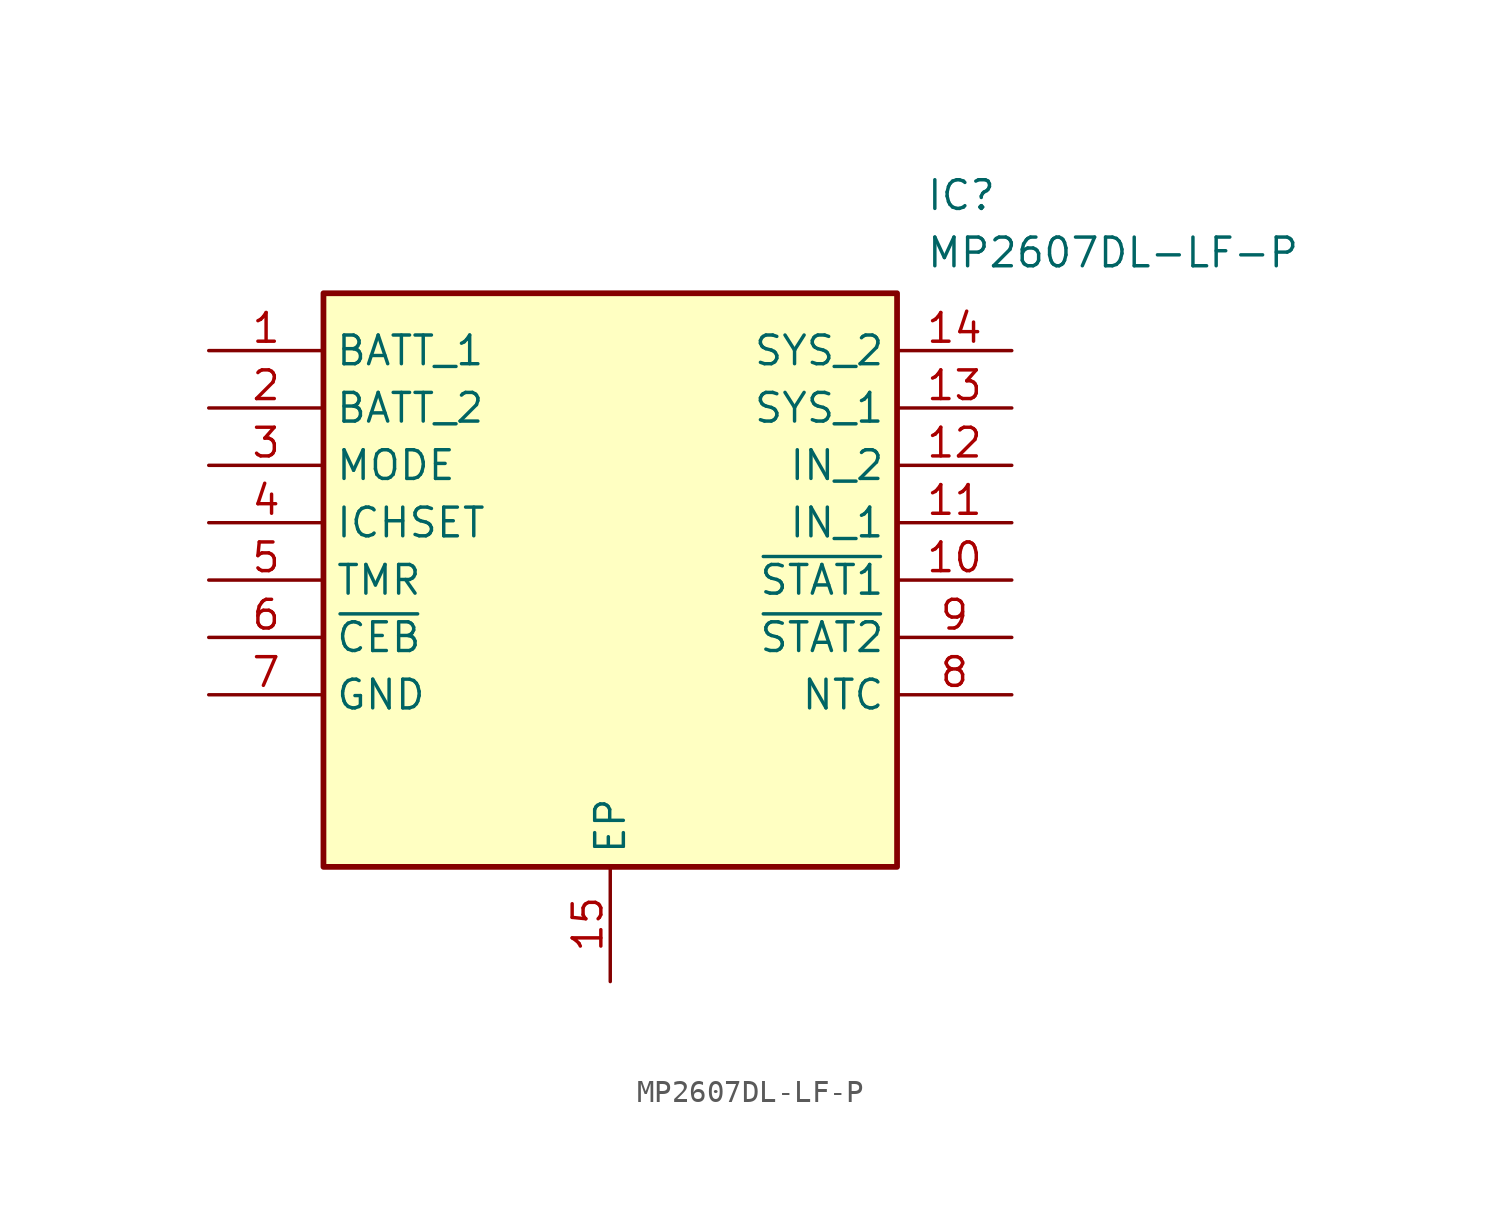
<source format=kicad_sym>
(kicad_symbol_lib
  (version 20211014)
  (generator SamacSys_ECAD_Model)
  (symbol "MP2607DL-LF-P"
    (property "Reference" "IC"
      (at 31.75 7.62 0)
      (effects (font (size 1.27 1.27)) (justify left top)))
    (property "Value" "MP2607DL-LF-P"
      (at 31.75 5.08 0)
      (effects (font (size 1.27 1.27)) (justify left top)))
    (rectangle
      (start 5.08 2.54)
      (end 30.48 -22.86)
      (stroke (width 0.254) (type default))
      (fill (type background)))
    (pin passive line
      (at 0 0 0)
      (length 5.08)
      (name "BATT_1" (effects (font (size 1.27 1.27))))
      (number "1" (effects (font (size 1.27 1.27)))))
    (pin passive line
      (at 0 -2.54 0)
      (length 5.08)
      (name "BATT_2" (effects (font (size 1.27 1.27))))
      (number "2" (effects (font (size 1.27 1.27)))))
    (pin passive line
      (at 0 -5.08 0)
      (length 5.08)
      (name "MODE" (effects (font (size 1.27 1.27))))
      (number "3" (effects (font (size 1.27 1.27)))))
    (pin passive line
      (at 0 -7.62 0)
      (length 5.08)
      (name "ICHSET" (effects (font (size 1.27 1.27))))
      (number "4" (effects (font (size 1.27 1.27)))))
    (pin passive line
      (at 0 -10.16 0)
      (length 5.08)
      (name "TMR" (effects (font (size 1.27 1.27))))
      (number "5" (effects (font (size 1.27 1.27)))))
    (pin passive line
      (at 0 -12.7 0)
      (length 5.08)
      (name "~{CEB}" (effects (font (size 1.27 1.27))))
      (number "6" (effects (font (size 1.27 1.27)))))
    (pin passive line
      (at 0 -15.24 0)
      (length 5.08)
      (name "GND" (effects (font (size 1.27 1.27))))
      (number "7" (effects (font (size 1.27 1.27)))))
    (pin passive line
      (at 17.78 -27.94 90)
      (length 5.08)
      (name "EP" (effects (font (size 1.27 1.27))))
      (number "15" (effects (font (size 1.27 1.27)))))
    (pin passive line
      (at 35.56 0 180)
      (length 5.08)
      (name "SYS_2" (effects (font (size 1.27 1.27))))
      (number "14" (effects (font (size 1.27 1.27)))))
    (pin passive line
      (at 35.56 -2.54 180)
      (length 5.08)
      (name "SYS_1" (effects (font (size 1.27 1.27))))
      (number "13" (effects (font (size 1.27 1.27)))))
    (pin passive line
      (at 35.56 -5.08 180)
      (length 5.08)
      (name "IN_2" (effects (font (size 1.27 1.27))))
      (number "12" (effects (font (size 1.27 1.27)))))
    (pin passive line
      (at 35.56 -7.62 180)
      (length 5.08)
      (name "IN_1" (effects (font (size 1.27 1.27))))
      (number "11" (effects (font (size 1.27 1.27)))))
    (pin passive line
      (at 35.56 -10.16 180)
      (length 5.08)
      (name "~{STAT1}" (effects (font (size 1.27 1.27))))
      (number "10" (effects (font (size 1.27 1.27)))))
    (pin passive line
      (at 35.56 -12.7 180)
      (length 5.08)
      (name "~{STAT2}" (effects (font (size 1.27 1.27))))
      (number "9" (effects (font (size 1.27 1.27)))))
    (pin passive line
      (at 35.56 -15.24 180)
      (length 5.08)
      (name "NTC" (effects (font (size 1.27 1.27))))
      (number "8" (effects (font (size 1.27 1.27)))))))
</source>
